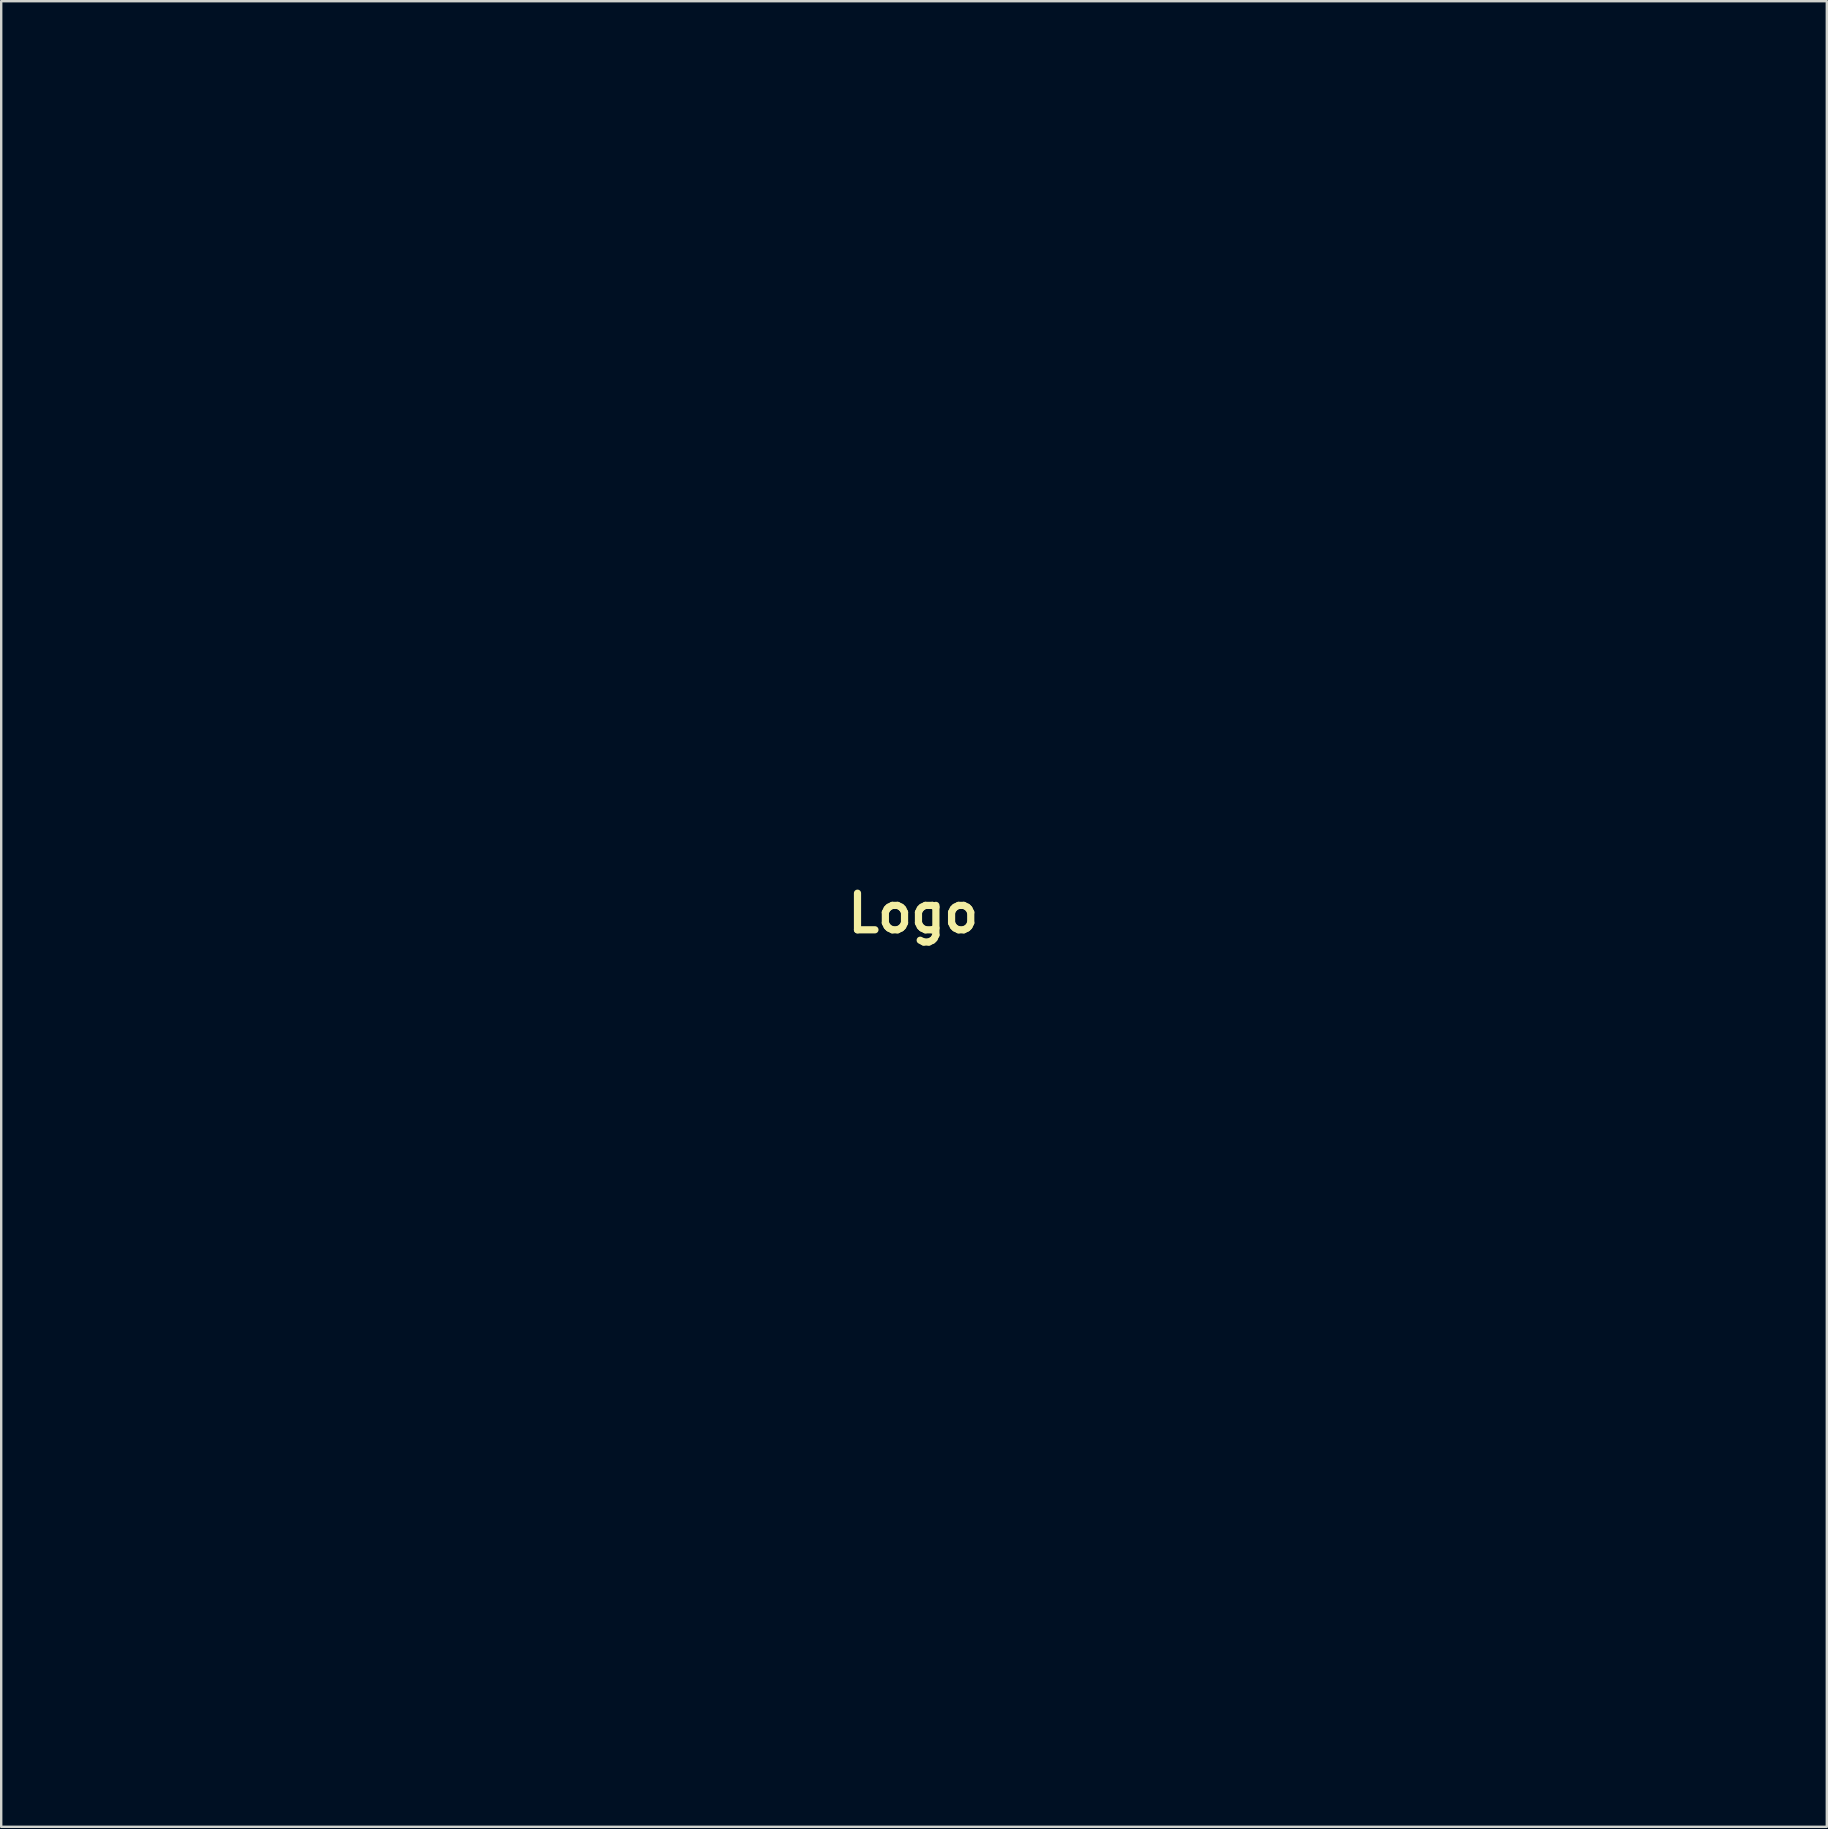
<source format=kicad_pcb>
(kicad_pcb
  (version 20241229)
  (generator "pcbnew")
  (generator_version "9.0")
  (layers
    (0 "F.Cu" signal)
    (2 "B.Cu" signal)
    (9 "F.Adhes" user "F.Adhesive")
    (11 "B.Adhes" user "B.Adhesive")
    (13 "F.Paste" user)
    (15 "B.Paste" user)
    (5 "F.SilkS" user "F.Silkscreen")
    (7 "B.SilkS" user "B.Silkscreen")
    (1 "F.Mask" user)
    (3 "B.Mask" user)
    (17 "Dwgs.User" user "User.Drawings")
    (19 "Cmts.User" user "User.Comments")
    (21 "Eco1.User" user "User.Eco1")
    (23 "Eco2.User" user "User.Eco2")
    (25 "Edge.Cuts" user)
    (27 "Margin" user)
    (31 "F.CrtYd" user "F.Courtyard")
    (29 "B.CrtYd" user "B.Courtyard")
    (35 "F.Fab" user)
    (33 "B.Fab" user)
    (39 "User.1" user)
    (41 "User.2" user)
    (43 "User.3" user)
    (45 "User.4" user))
  (footprint "Logo"
    (layer "F.Cu")
    (at 34.993 34.993)
    (property "Reference" "Logo" (at 0 0 0) (layer "F.SilkS") (effects (font (size 1.524 1.524) (thickness 0.3))))
    (attr through_hole)
    (fp_poly (pts (xy -10.668 20.574) (xy -11.493 20.574) (xy -11.493 19.177) (xy -10.668 19.177) (xy -10.668 20.574)) (stroke (width 0.01) (type solid)) (fill no) (layer "Eco2.User"))
    (fp_poly (pts (xy -5.842 20.574) (xy -6.604 20.574) (xy -6.604 19.177) (xy -5.842 19.177) (xy -5.842 20.574)) (stroke (width 0.01) (type solid)) (fill no) (layer "Eco2.User"))
    (fp_poly (pts (xy -0.826 25.146) (xy -1.587 25.146) (xy -1.587 19.177) (xy -0.826 19.177) (xy -0.826 25.146)) (stroke (width 0.01) (type solid)) (fill no) (layer "Eco2.User"))
    (fp_poly (pts (xy 0.127 26.099) (xy -2.54 26.099) (xy -2.54 18.479) (xy -2.349 18.479) (xy -2.349 25.908) (xy -0.064 25.908) (xy -0.064 18.479) (xy -2.349 18.479) (xy -2.54 18.479) (xy -2.54 18.288) (xy 0.127 18.288) (xy 0.127 26.099)) (stroke (width 0.01) (type solid)) (fill no) (layer "Eco2.User"))
    (fp_poly (pts (xy 19.366 32.309) (xy 19.518 32.346) (xy 19.604 32.395) (xy 19.597 32.453) (xy 19.574 32.47) (xy 19.45 32.508) (xy 19.25 32.533) (xy 19.027 32.541) (xy 18.86 32.531) (xy 18.662 32.491) (xy 18.586 32.439) (xy 18.634 32.38) (xy 18.784 32.325) (xy 18.973 32.294) (xy 19.176 32.29) (xy 19.366 32.309)) (stroke (width 0.01) (type solid)) (fill no) (layer "Eco2.User"))
    (fp_poly (pts (xy 12.502 32.292) (xy 12.69 32.328) (xy 12.8 32.392) (xy 12.802 32.396) (xy 12.822 32.469) (xy 12.817 32.477) (xy 12.73 32.504) (xy 12.564 32.526) (xy 12.364 32.538) (xy 12.179 32.538) (xy 12.097 32.531) (xy 11.914 32.487) (xy 11.855 32.432) (xy 11.922 32.371) (xy 12.058 32.323) (xy 12.277 32.289) (xy 12.502 32.292)) (stroke (width 0.01) (type solid)) (fill no) (layer "Eco2.User"))
    (fp_poly (pts (xy -7.634 32.718) (xy -7.504 32.741) (xy -7.478 32.756) (xy -7.501 32.798) (xy -7.636 32.846) (xy -7.826 32.886) (xy -8.039 32.921) (xy -8.195 32.944) (xy -8.26 32.949) (xy -8.337 32.929) (xy -8.401 32.912) (xy -8.485 32.855) (xy -8.492 32.808) (xy -8.42 32.769) (xy -8.261 32.739) (xy -8.051 32.719) (xy -7.829 32.711) (xy -7.634 32.718)) (stroke (width 0.01) (type solid)) (fill no) (layer "Eco2.User"))
    (fp_poly (pts (xy -2.599 32.359) (xy -2.413 32.429) (xy -2.303 32.532) (xy -2.286 32.601) (xy -2.344 32.731) (xy -2.498 32.834) (xy -2.717 32.902) (xy -2.971 32.925) (xy -3.23 32.894) (xy -3.452 32.809) (xy -3.574 32.691) (xy -3.582 32.553) (xy -3.581 32.55) (xy -3.48 32.436) (xy -3.301 32.361) (xy -3.073 32.324) (xy -2.829 32.324) (xy -2.599 32.359)) (stroke (width 0.01) (type solid)) (fill no) (layer "Eco2.User"))
    (fp_poly (pts (xy -11.823 32.358) (xy -11.719 32.395) (xy -11.595 32.503) (xy -11.557 32.645) (xy -11.61 32.775) (xy -11.668 32.82) (xy -11.875 32.886) (xy -12.142 32.918) (xy -12.407 32.911) (xy -12.506 32.893) (xy -12.703 32.812) (xy -12.828 32.695) (xy -12.857 32.566) (xy -12.851 32.546) (xy -12.751 32.445) (xy -12.562 32.37) (xy -12.32 32.328) (xy -12.062 32.322) (xy -11.823 32.358)) (stroke (width 0.01) (type solid)) (fill no) (layer "Eco2.User"))
    (fp_poly (pts (xy 0.933 5.282) (xy 0.862 5.439) (xy 0.851 5.461) (xy 0.532 6.231) (xy 0.299 7.052) (xy 0.162 7.885) (xy 0.127 8.532) (xy 0.183 9.411) (xy 0.351 10.283) (xy 0.633 11.153) (xy 1.032 12.024) (xy 1.55 12.902) (xy 2.188 13.789) (xy 2.948 14.69) (xy 3.325 15.095) (xy 3.531 15.314) (xy 3.694 15.496) (xy 3.801 15.623) (xy 3.836 15.679) (xy 3.833 15.68) (xy 3.754 15.654) (xy 3.588 15.589) (xy 3.366 15.497) (xy 3.27 15.455) (xy 3.046 15.354) (xy 2.737 15.21) (xy 2.374 15.038) (xy 1.987 14.85) (xy 1.661 14.69) (xy 0.559 14.145) (xy 0.273 13.704) (xy 0.025 13.287) (xy -0.221 12.814) (xy -0.448 12.325) (xy -0.636 11.858) (xy -0.765 11.462) (xy -0.851 11.051) (xy -0.91 10.568) (xy -0.941 10.057) (xy -0.941 9.565) (xy -0.908 9.136) (xy -0.893 9.039) (xy -0.673 8.128) (xy -0.327 7.233) (xy 0.145 6.353) (xy 0.376 5.994) (xy 0.615 5.645) (xy 0.789 5.401) (xy 0.899 5.26) (xy 0.946 5.221) (xy 0.933 5.282)) (stroke (width 0.01) (type solid)) (fill no) (layer "Eco2.User"))
    (fp_poly (pts (xy 2.749 -6.348) (xy 2.677 -6.295) (xy 2.525 -6.191) (xy 2.32 -6.052) (xy 2.199 -5.97) (xy 1.886 -5.757) (xy 1.518 -5.5) (xy 1.114 -5.211) (xy 0.692 -4.906) (xy 0.272 -4.597) (xy -0.127 -4.3) (xy -0.488 -4.027) (xy -0.789 -3.793) (xy -1.014 -3.612) (xy -1.082 -3.554) (xy -1.498 -3.189) (xy -4.257 -2.552) (xy -4.879 -2.409) (xy -5.505 -2.266) (xy -6.113 -2.127) (xy -6.686 -1.998) (xy -7.202 -1.882) (xy -7.642 -1.784) (xy -7.986 -1.708) (xy -8.096 -1.684) (xy -8.456 -1.607) (xy -8.777 -1.537) (xy -9.036 -1.479) (xy -9.212 -1.44) (xy -9.276 -1.424) (xy -9.378 -1.437) (xy -9.557 -1.499) (xy -9.777 -1.595) (xy -9.821 -1.617) (xy -10.266 -1.878) (xy -10.591 -2.16) (xy -10.802 -2.471) (xy -10.907 -2.819) (xy -10.922 -3.03) (xy -10.9 -3.368) (xy -10.84 -3.619) (xy -10.747 -3.77) (xy -10.649 -3.81) (xy -10.495 -3.817) (xy -10.239 -3.837) (xy -9.907 -3.866) (xy -9.525 -3.903) (xy -9.117 -3.944) (xy -8.708 -3.988) (xy -8.323 -4.031) (xy -7.988 -4.072) (xy -7.811 -4.095) (xy -6.72 -4.26) (xy -5.53 -4.467) (xy -4.258 -4.712) (xy -2.923 -4.991) (xy -1.543 -5.3) (xy -0.136 -5.636) (xy 1.279 -5.994) (xy 1.51 -6.054) (xy 1.889 -6.152) (xy 2.219 -6.235) (xy 2.484 -6.299) (xy 2.665 -6.339) (xy 2.747 -6.351) (xy 2.749 -6.348)) (stroke (width 0.01) (type solid)) (fill no) (layer "Eco2.User"))
    (fp_poly (pts (xy 8.203 -10.845) (xy 8.384 -10.797) (xy 8.466 -10.707) (xy 8.462 -10.565) (xy 8.435 -10.481) (xy 8.363 -10.34) (xy 8.243 -10.182) (xy 8.066 -10.001) (xy 7.825 -9.791) (xy 7.514 -9.547) (xy 7.125 -9.262) (xy 6.65 -8.931) (xy 6.081 -8.548) (xy 5.413 -8.107) (xy 5.268 -8.013) (xy 3.901 -7.121) (xy 1.934 -6.609) (xy 0.515 -6.244) (xy -0.799 -5.919) (xy -2.021 -5.629) (xy -3.165 -5.372) (xy -4.247 -5.145) (xy -5.279 -4.943) (xy -5.874 -4.835) (xy -6.488 -4.73) (xy -7.103 -4.631) (xy -7.705 -4.541) (xy -8.281 -4.461) (xy -8.82 -4.392) (xy -9.307 -4.335) (xy -9.732 -4.293) (xy -10.08 -4.267) (xy -10.339 -4.257) (xy -10.496 -4.267) (xy -10.541 -4.291) (xy -10.506 -4.367) (xy -10.413 -4.522) (xy -10.277 -4.731) (xy -10.115 -4.97) (xy -9.943 -5.215) (xy -9.778 -5.441) (xy -9.69 -5.556) (xy -9.401 -5.905) (xy -9.041 -6.311) (xy -8.633 -6.747) (xy -8.202 -7.189) (xy -7.772 -7.61) (xy -7.506 -7.86) (xy -6.825 -8.484) (xy -5.905 -8.596) (xy -5.429 -8.658) (xy -4.916 -8.731) (xy -4.355 -8.818) (xy -3.735 -8.92) (xy -3.045 -9.04) (xy -2.275 -9.18) (xy -1.414 -9.34) (xy -0.451 -9.524) (xy 0.626 -9.732) (xy 0.667 -9.74) (xy 1.753 -9.951) (xy 2.724 -10.135) (xy 3.588 -10.295) (xy 4.355 -10.432) (xy 5.033 -10.547) (xy 5.632 -10.642) (xy 6.159 -10.717) (xy 6.624 -10.775) (xy 7.036 -10.817) (xy 7.403 -10.844) (xy 7.734 -10.857) (xy 7.909 -10.858) (xy 8.203 -10.845)) (stroke (width 0.01) (type solid)) (fill no) (layer "Eco2.User"))
    (fp_poly (pts (xy 9.065 -10.776) (xy 9.128 -10.765) (xy 9.594 -10.644) (xy 10.108 -10.457) (xy 10.626 -10.222) (xy 11.101 -9.959) (xy 11.418 -9.746) (xy 11.89 -9.326) (xy 12.241 -8.865) (xy 12.472 -8.367) (xy 12.583 -7.832) (xy 12.572 -7.263) (xy 12.44 -6.663) (xy 12.186 -6.033) (xy 12.041 -5.756) (xy 11.693 -5.192) (xy 11.275 -4.624) (xy 10.779 -4.044) (xy 10.2 -3.446) (xy 9.531 -2.823) (xy 8.765 -2.17) (xy 7.894 -1.478) (xy 6.997 -0.804) (xy 6.288 -0.278) (xy 5.662 0.196) (xy 5.1 0.636) (xy 4.579 1.061) (xy 4.078 1.488) (xy 3.575 1.937) (xy 3.049 2.425) (xy 2.478 2.97) (xy 2.042 3.395) (xy 1.274 4.182) (xy 0.617 4.935) (xy 0.066 5.664) (xy -0.388 6.382) (xy -0.751 7.1) (xy -1.03 7.829) (xy -1.232 8.581) (xy -1.304 8.954) (xy -1.385 9.812) (xy -1.341 10.682) (xy -1.172 11.558) (xy -0.881 12.435) (xy -0.642 12.97) (xy -0.52 13.22) (xy -0.423 13.422) (xy -0.363 13.552) (xy -0.349 13.589) (xy -0.402 13.555) (xy -0.54 13.463) (xy -0.742 13.325) (xy -0.988 13.157) (xy -1.022 13.134) (xy -1.999 12.406) (xy -2.868 11.641) (xy -3.626 10.845) (xy -4.269 10.021) (xy -4.795 9.173) (xy -5.198 8.305) (xy -5.33 7.938) (xy -5.522 7.18) (xy -5.627 6.361) (xy -5.646 5.512) (xy -5.577 4.663) (xy -5.419 3.849) (xy -5.409 3.807) (xy -5.205 3.109) (xy -4.969 2.462) (xy -4.679 1.81) (xy -4.497 1.443) (xy -4.046 0.647) (xy -3.502 -0.176) (xy -2.886 -0.999) (xy -2.221 -1.794) (xy -1.526 -2.534) (xy -0.965 -3.067) (xy -0.62 -3.362) (xy -0.173 -3.716) (xy 0.368 -4.124) (xy 0.994 -4.582) (xy 1.698 -5.082) (xy 2.472 -5.621) (xy 3.309 -6.192) (xy 4.2 -6.79) (xy 5.139 -7.409) (xy 5.45 -7.612) (xy 5.889 -7.9) (xy 6.318 -8.183) (xy 6.719 -8.45) (xy 7.073 -8.687) (xy 7.362 -8.884) (xy 7.567 -9.028) (xy 7.609 -9.058) (xy 8.072 -9.416) (xy 8.425 -9.736) (xy 8.673 -10.026) (xy 8.825 -10.293) (xy 8.888 -10.548) (xy 8.89 -10.609) (xy 8.897 -10.738) (xy 8.943 -10.785) (xy 9.065 -10.776)) (stroke (width 0.01) (type solid)) (fill no) (layer "Eco2.User"))
    (fp_poly (pts (xy 7.239 -30.739) (xy 7.214 -30.628) (xy 7.146 -30.425) (xy 7.043 -30.153) (xy 6.916 -29.836) (xy 6.774 -29.498) (xy 6.627 -29.161) (xy 6.484 -28.85) (xy 6.388 -28.652) (xy 5.881 -27.707) (xy 5.328 -26.805) (xy 4.714 -25.924) (xy 4.025 -25.045) (xy 3.244 -24.147) (xy 2.639 -23.498) (xy 2.148 -22.996) (xy 1.637 -22.493) (xy 1.099 -21.982) (xy 0.524 -21.457) (xy -0.094 -20.911) (xy -0.764 -20.337) (xy -1.494 -19.728) (xy -2.292 -19.078) (xy -3.166 -18.379) (xy -4.123 -17.626) (xy -5.173 -16.81) (xy -5.81 -16.319) (xy -6.705 -15.628) (xy -7.505 -15.003) (xy -8.22 -14.438) (xy -8.856 -13.926) (xy -9.425 -13.459) (xy -9.716 -13.216) (xy -10.148 -12.841) (xy -10.618 -12.413) (xy -11.106 -11.954) (xy -11.591 -11.482) (xy -12.054 -11.017) (xy -12.475 -10.579) (xy -12.833 -10.189) (xy -13.048 -9.938) (xy -13.719 -9.058) (xy -14.266 -8.195) (xy -14.689 -7.345) (xy -14.989 -6.506) (xy -15.167 -5.675) (xy -15.223 -4.848) (xy -15.159 -4.023) (xy -14.975 -3.196) (xy -14.925 -3.035) (xy -14.848 -2.793) (xy -14.789 -2.604) (xy -14.758 -2.495) (xy -14.755 -2.479) (xy -14.807 -2.512) (xy -14.933 -2.598) (xy -15.05 -2.678) (xy -15.689 -3.189) (xy -16.218 -3.761) (xy -16.637 -4.396) (xy -16.947 -5.096) (xy -17.008 -5.283) (xy -17.151 -5.894) (xy -17.232 -6.573) (xy -17.248 -7.274) (xy -17.217 -7.766) (xy -17.131 -8.447) (xy -17.02 -9.032) (xy -16.875 -9.551) (xy -16.687 -10.033) (xy -16.447 -10.508) (xy -16.298 -10.761) (xy -15.982 -11.247) (xy -15.622 -11.731) (xy -15.203 -12.234) (xy -14.708 -12.776) (xy -14.319 -13.176) (xy -13.964 -13.53) (xy -13.603 -13.879) (xy -13.226 -14.23) (xy -12.826 -14.59) (xy -12.394 -14.966) (xy -11.924 -15.364) (xy -11.406 -15.79) (xy -10.834 -16.252) (xy -10.198 -16.755) (xy -9.49 -17.307) (xy -8.704 -17.914) (xy -7.83 -18.583) (xy -6.921 -19.274) (xy -5.588 -20.288) (xy -4.35 -21.235) (xy -3.199 -22.119) (xy -2.13 -22.947) (xy -1.133 -23.726) (xy -0.203 -24.46) (xy 0.67 -25.157) (xy 1.492 -25.823) (xy 2.272 -26.463) (xy 3.015 -27.083) (xy 3.731 -27.69) (xy 4.426 -28.289) (xy 5.108 -28.887) (xy 5.785 -29.49) (xy 6.302 -29.957) (xy 6.587 -30.212) (xy 6.836 -30.429) (xy 7.037 -30.598) (xy 7.175 -30.706) (xy 7.237 -30.742) (xy 7.239 -30.739)) (stroke (width 0.01) (type solid)) (fill no) (layer "Eco2.User"))
    (fp_poly (pts (xy 7.765 -30.857) (xy 7.843 -30.754) (xy 7.95 -30.571) (xy 8.075 -30.327) (xy 8.208 -30.041) (xy 8.341 -29.732) (xy 8.454 -29.442) (xy 8.751 -28.473) (xy 8.923 -27.512) (xy 8.97 -26.563) (xy 8.891 -25.627) (xy 8.721 -24.828) (xy 8.583 -24.403) (xy 8.389 -23.912) (xy 8.157 -23.393) (xy 7.904 -22.885) (xy 7.648 -22.427) (xy 7.524 -22.228) (xy 7.118 -21.649) (xy 6.619 -21.017) (xy 6.043 -20.348) (xy 5.403 -19.656) (xy 4.715 -18.959) (xy 3.992 -18.271) (xy 3.556 -17.877) (xy 3.364 -17.71) (xy 3.087 -17.473) (xy 2.737 -17.175) (xy 2.326 -16.828) (xy 1.867 -16.442) (xy 1.372 -16.027) (xy 0.853 -15.594) (xy 0.324 -15.153) (xy 0.159 -15.016) (xy -0.994 -14.057) (xy -2.052 -13.173) (xy -3.02 -12.359) (xy -3.904 -11.611) (xy -4.709 -10.925) (xy -5.439 -10.296) (xy -6.099 -9.72) (xy -6.694 -9.192) (xy -7.229 -8.708) (xy -7.71 -8.265) (xy -8.141 -7.856) (xy -8.526 -7.479) (xy -8.872 -7.128) (xy -9.183 -6.799) (xy -9.315 -6.654) (xy -9.938 -5.93) (xy -10.448 -5.258) (xy -10.844 -4.638) (xy -11.129 -4.066) (xy -11.302 -3.541) (xy -11.364 -3.059) (xy -11.316 -2.619) (xy -11.159 -2.218) (xy -10.893 -1.855) (xy -10.755 -1.718) (xy -10.404 -1.397) (xy -10.647 -1.405) (xy -10.84 -1.417) (xy -11.098 -1.44) (xy -11.328 -1.464) (xy -11.81 -1.534) (xy -12.331 -1.632) (xy -12.847 -1.75) (xy -13.314 -1.876) (xy -13.618 -1.976) (xy -14.129 -2.161) (xy -14.3 -2.562) (xy -14.563 -3.31) (xy -14.728 -4.08) (xy -14.792 -4.847) (xy -14.751 -5.582) (xy -14.734 -5.696) (xy -14.552 -6.47) (xy -14.254 -7.259) (xy -13.839 -8.064) (xy -13.304 -8.888) (xy -12.648 -9.734) (xy -11.87 -10.603) (xy -11.495 -10.988) (xy -11.049 -11.425) (xy -10.576 -11.869) (xy -10.067 -12.327) (xy -9.512 -12.809) (xy -8.9 -13.322) (xy -8.222 -13.875) (xy -7.468 -14.477) (xy -6.627 -15.136) (xy -5.876 -15.716) (xy -4.865 -16.497) (xy -3.948 -17.209) (xy -3.118 -17.859) (xy -2.365 -18.455) (xy -1.682 -19.003) (xy -1.061 -19.51) (xy -0.494 -19.982) (xy 0.028 -20.427) (xy 0.513 -20.851) (xy 0.969 -21.26) (xy 1.403 -21.662) (xy 1.825 -22.064) (xy 2.086 -22.317) (xy 3.161 -23.415) (xy 4.12 -24.486) (xy 4.965 -25.536) (xy 5.703 -26.573) (xy 6.339 -27.603) (xy 6.876 -28.633) (xy 7.245 -29.476) (xy 7.364 -29.781) (xy 7.474 -30.079) (xy 7.561 -30.329) (xy 7.599 -30.448) (xy 7.658 -30.649) (xy 7.707 -30.809) (xy 7.724 -30.861) (xy 7.765 -30.857)) (stroke (width 0.01) (type solid)) (fill no) (layer "Eco2.User"))
    (fp_poly (pts (xy 35.052 35.052) (xy -34.989 35.052) (xy -34.989 31.75) (xy -19.939 31.75) (xy -19.918 31.833) (xy -19.832 31.87) (xy -19.685 31.877) (xy -19.431 31.877) (xy -19.431 32.893) (xy -19.685 32.893) (xy -19.851 32.904) (xy -19.925 32.947) (xy -19.939 33.02) (xy -19.93 33.079) (xy -19.887 33.116) (xy -19.786 33.137) (xy -19.605 33.145) (xy -19.336 33.147) (xy -19.055 33.145) (xy -18.878 33.136) (xy -18.781 33.115) (xy -18.741 33.077) (xy -18.733 33.02) (xy -18.757 32.932) (xy -18.854 32.897) (xy -18.955 32.893) (xy -19.177 32.893) (xy -19.177 32.194) (xy -18.479 32.194) (xy -18.454 32.282) (xy -18.357 32.317) (xy -18.256 32.322) (xy -18.12 32.328) (xy -18.055 32.369) (xy -18.035 32.48) (xy -18.034 32.607) (xy -18.039 32.783) (xy -18.071 32.866) (xy -18.157 32.891) (xy -18.256 32.893) (xy -18.409 32.907) (xy -18.471 32.963) (xy -18.479 33.02) (xy -18.468 33.082) (xy -18.422 33.119) (xy -18.314 33.139) (xy -18.119 33.146) (xy -17.939 33.147) (xy -17.676 33.145) (xy -17.516 33.134) (xy -17.433 33.108) (xy -17.402 33.062) (xy -17.399 33.02) (xy -17.429 32.927) (xy -17.54 32.894) (xy -17.59 32.893) (xy -17.73 32.865) (xy -17.774 32.791) (xy -17.736 32.689) (xy -17.631 32.575) (xy -17.473 32.466) (xy -17.277 32.381) (xy -17.12 32.342) (xy -16.886 32.352) (xy -16.721 32.459) (xy -16.641 32.647) (xy -16.637 32.712) (xy -16.654 32.841) (xy -16.731 32.888) (xy -16.828 32.893) (xy -16.967 32.913) (xy -17.016 32.987) (xy -17.018 33.02) (xy -17.008 33.082) (xy -16.961 33.119) (xy -16.853 33.139) (xy -16.659 33.146) (xy -16.478 33.147) (xy -16.216 33.145) (xy -16.056 33.134) (xy -15.973 33.108) (xy -15.942 33.062) (xy -15.938 33.02) (xy -15.969 32.927) (xy -16.08 32.894) (xy -16.128 32.893) (xy -16.25 32.881) (xy -16.314 32.821) (xy -16.352 32.678) (xy -16.361 32.626) (xy -16.456 32.346) (xy -16.596 32.194) (xy -15.812 32.194) (xy -15.787 32.282) (xy -15.69 32.317) (xy -15.589 32.322) (xy -15.453 32.328) (xy -15.388 32.369) (xy -15.368 32.48) (xy -15.367 32.607) (xy -15.372 32.783) (xy -15.404 32.866) (xy -15.49 32.891) (xy -15.589 32.893) (xy -15.742 32.907) (xy -15.804 32.963) (xy -15.812 33.02) (xy -15.801 33.082) (xy -15.755 33.119) (xy -15.647 33.139) (xy -15.452 33.146) (xy -15.272 33.147) (xy -15.009 33.145) (xy -14.849 33.134) (xy -14.766 33.108) (xy -14.735 33.062) (xy -14.732 33.02) (xy -14.762 32.927) (xy -14.873 32.894) (xy -14.922 32.893) (xy -15.07 32.865) (xy -15.107 32.786) (xy -15.032 32.664) (xy -14.897 32.544) (xy -14.643 32.397) (xy -14.403 32.338) (xy -14.196 32.364) (xy -14.046 32.47) (xy -13.974 32.653) (xy -13.97 32.712) (xy -13.989 32.844) (xy -14.07 32.89) (xy -14.129 32.893) (xy -14.253 32.923) (xy -14.287 33.02) (xy -14.277 33.083) (xy -14.228 33.121) (xy -14.115 33.14) (xy -13.913 33.147) (xy -13.78 33.147) (xy -13.526 33.144) (xy -13.375 33.132) (xy -13.299 33.104) (xy -13.273 33.053) (xy -13.271 33.02) (xy -13.303 32.926) (xy -13.417 32.894) (xy -13.456 32.893) (xy -13.576 32.88) (xy -13.64 32.817) (xy -13.679 32.669) (xy -13.686 32.629) (xy -13.707 32.57) (xy -13.133 32.57) (xy -13.104 32.799) (xy -12.965 32.969) (xy -12.715 33.082) (xy -12.353 33.138) (xy -12.154 33.145) (xy -11.885 33.137) (xy -11.698 33.106) (xy -11.547 33.04) (xy -11.487 33.002) (xy -11.309 32.825) (xy -11.244 32.625) (xy -11.286 32.428) (xy -11.429 32.257) (xy -11.552 32.194) (xy -11.113 32.194) (xy -11.072 32.297) (xy -10.965 32.322) (xy -10.851 32.361) (xy -10.703 32.486) (xy -10.507 32.709) (xy -10.487 32.734) (xy -10.322 32.925) (xy -10.173 33.068) (xy -10.067 33.14) (xy -10.047 33.145) (xy -9.959 33.096) (xy -9.823 32.969) (xy -9.665 32.787) (xy -9.621 32.732) (xy -9.446 32.517) (xy -9.316 32.39) (xy -9.208 32.332) (xy -9.129 32.322) (xy -8.996 32.298) (xy -8.963 32.229) (xy -8.826 32.229) (xy -8.793 32.352) (xy -8.682 32.397) (xy -8.49 32.374) (xy -8.132 32.317) (xy -7.823 32.316) (xy -7.587 32.367) (xy -7.478 32.435) (xy -7.412 32.506) (xy -7.411 32.537) (xy -7.496 32.533) (xy -7.685 32.5) (xy -7.693 32.498) (xy -8.049 32.462) (xy -8.36 32.484) (xy -8.605 32.559) (xy -8.767 32.682) (xy -8.826 32.846) (xy -8.826 32.848) (xy -8.779 32.988) (xy -8.715 33.059) (xy -8.572 33.112) (xy -8.345 33.139) (xy -8.076 33.139) (xy -7.807 33.112) (xy -7.578 33.059) (xy -7.57 33.056) (xy -7.404 33.005) (xy -7.32 33.003) (xy -7.28 33.051) (xy -7.278 33.056) (xy -7.19 33.123) (xy -7.019 33.147) (xy -6.864 33.133) (xy -6.801 33.077) (xy -6.795 33.024) (xy -6.848 32.914) (xy -6.937 32.882) (xy -7.038 32.837) (xy -7.097 32.718) (xy -7.119 32.611) (xy -7.206 32.35) (xy -7.357 32.194) (xy -6.795 32.194) (xy -6.757 32.294) (xy -6.636 32.322) (xy -6.521 32.343) (xy -6.48 32.432) (xy -6.477 32.508) (xy -6.451 32.723) (xy -6.385 32.928) (xy -6.296 33.072) (xy -6.267 33.097) (xy -6.127 33.137) (xy -5.921 33.145) (xy -5.703 33.125) (xy -5.531 33.08) (xy -5.489 33.057) (xy -5.409 32.966) (xy -5.451 32.903) (xy -5.615 32.868) (xy -5.8 32.861) (xy -6.128 32.861) (xy -6.147 32.591) (xy -6.167 32.322) (xy -5.846 32.322) (xy -5.654 32.315) (xy -5.558 32.287) (xy -5.526 32.226) (xy -5.524 32.194) (xy -5.207 32.194) (xy -5.182 32.282) (xy -5.085 32.317) (xy -4.985 32.322) (xy -4.848 32.328) (xy -4.784 32.369) (xy -4.764 32.48) (xy -4.763 32.607) (xy -4.767 32.783) (xy -4.799 32.866) (xy -4.886 32.891) (xy -4.985 32.893) (xy -5.138 32.907) (xy -5.2 32.963) (xy -5.207 33.02) (xy -5.197 33.08) (xy -5.153 33.118) (xy -5.049 33.138) (xy -4.861 33.146) (xy -4.636 33.147) (xy -4.364 33.145) (xy -4.195 33.135) (xy -4.105 33.112) (xy -4.07 33.07) (xy -4.064 33.02) (xy -4.089 32.932) (xy -4.186 32.897) (xy -4.286 32.893) (xy -4.508 32.893) (xy -4.508 32.612) (xy -3.842 32.612) (xy -3.823 32.788) (xy -3.747 32.909) (xy -3.626 33.002) (xy -3.471 33.086) (xy -3.294 33.131) (xy -3.049 33.146) (xy -2.973 33.147) (xy -2.712 33.133) (xy -2.468 33.098) (xy -2.316 33.055) (xy -2.149 32.952) (xy -2.032 32.821) (xy -2.024 32.806) (xy -1.977 32.582) (xy -2.043 32.389) (xy -2.21 32.235) (xy -2.308 32.194) (xy -1.714 32.194) (xy -1.69 32.282) (xy -1.593 32.317) (xy -1.492 32.322) (xy -1.356 32.328) (xy -1.291 32.369) (xy -1.271 32.48) (xy -1.27 32.607) (xy -1.275 32.783) (xy -1.307 32.866) (xy -1.393 32.891) (xy -1.492 32.893) (xy -1.645 32.907) (xy -1.707 32.963) (xy -1.714 33.02) (xy -1.704 33.082) (xy -1.658 33.119) (xy -1.55 33.139) (xy -1.355 33.146) (xy -1.175 33.147) (xy -0.912 33.145) (xy -0.752 33.134) (xy -0.669 33.108) (xy -0.638 33.062) (xy -0.635 33.02) (xy -0.665 32.927) (xy -0.776 32.894) (xy -0.826 32.893) (xy -0.966 32.865) (xy -1.01 32.791) (xy -0.972 32.689) (xy -0.867 32.575) (xy -0.709 32.466) (xy -0.513 32.381) (xy -0.356 32.342) (xy -0.122 32.352) (xy 0.043 32.459) (xy 0.123 32.647) (xy 0.127 32.712) (xy 0.11 32.841) (xy 0.033 32.888) (xy -0.064 32.893) (xy -0.203 32.913) (xy -0.252 32.987) (xy -0.254 33.02) (xy -0.244 33.082) (xy -0.197 33.119) (xy -0.089 33.139) (xy 0.105 33.146) (xy 0.286 33.147) (xy 0.548 33.145) (xy 0.708 33.134) (xy 0.791 33.108) (xy 0.822 33.062) (xy 0.826 33.02) (xy 0.795 32.927) (xy 0.684 32.894) (xy 0.636 32.893) (xy 0.514 32.881) (xy 0.45 32.821) (xy 0.412 32.678) (xy 0.403 32.626) (xy 0.308 32.346) (xy 0.168 32.194) (xy 1.905 32.194) (xy 1.93 32.282) (xy 2.027 32.317) (xy 2.127 32.322) (xy 2.264 32.328) (xy 2.328 32.369) (xy 2.348 32.48) (xy 2.349 32.607) (xy 2.345 32.783) (xy 2.313 32.866) (xy 2.226 32.891) (xy 2.127 32.893) (xy 1.974 32.907) (xy 1.912 32.963) (xy 1.905 33.02) (xy 1.915 33.08) (xy 1.959 33.118) (xy 2.063 33.138) (xy 2.251 33.146) (xy 2.477 33.147) (xy 2.748 33.145) (xy 2.917 33.135) (xy 3.007 33.112) (xy 3.042 33.07) (xy 3.048 33.02) (xy 3.023 32.932) (xy 2.926 32.897) (xy 2.826 32.893) (xy 2.603 32.893) (xy 2.603 32.194) (xy 3.175 32.194) (xy 3.2 32.282) (xy 3.297 32.317) (xy 3.397 32.322) (xy 3.534 32.328) (xy 3.598 32.369) (xy 3.618 32.48) (xy 3.619 32.607) (xy 3.615 32.783) (xy 3.583 32.866) (xy 3.496 32.891) (xy 3.397 32.893) (xy 3.244 32.907) (xy 3.182 32.963) (xy 3.175 33.02) (xy 3.185 33.082) (xy 3.232 33.119) (xy 3.34 33.139) (xy 3.534 33.146) (xy 3.715 33.147) (xy 3.977 33.145) (xy 4.137 33.134) (xy 4.22 33.108) (xy 4.251 33.062) (xy 4.255 33.02) (xy 4.218 32.921) (xy 4.092 32.893) (xy 4.091 32.893) (xy 3.972 32.872) (xy 3.945 32.789) (xy 3.948 32.752) (xy 4.022 32.624) (xy 4.18 32.495) (xy 4.386 32.389) (xy 4.598 32.329) (xy 4.675 32.323) (xy 4.863 32.356) (xy 4.983 32.471) (xy 5.055 32.69) (xy 5.056 32.693) (xy 5.074 32.83) (xy 5.029 32.884) (xy 4.897 32.893) (xy 4.754 32.911) (xy 4.702 32.98) (xy 4.699 33.02) (xy 4.709 33.082) (xy 4.756 33.119) (xy 4.864 33.139) (xy 5.058 33.146) (xy 5.239 33.147) (xy 5.501 33.145) (xy 5.661 33.134) (xy 5.744 33.108) (xy 5.775 33.062) (xy 5.779 33.02) (xy 5.754 32.932) (xy 5.732 32.925) (xy 6.858 32.925) (xy 6.872 33.078) (xy 6.928 33.14) (xy 6.985 33.147) (xy 7.088 33.121) (xy 7.112 33.085) (xy 7.163 33.055) (xy 7.275 33.085) (xy 7.422 33.117) (xy 7.645 33.139) (xy 7.878 33.147) (xy 8.133 33.139) (xy 8.297 33.111) (xy 8.407 33.054) (xy 8.445 33.02) (xy 8.552 32.887) (xy 8.554 32.78) (xy 8.473 32.675) (xy 8.396 32.613) (xy 8.293 32.567) (xy 8.138 32.532) (xy 7.903 32.502) (xy 7.668 32.479) (xy 7.408 32.444) (xy 7.249 32.4) (xy 7.2 32.352) (xy 7.268 32.304) (xy 7.332 32.285) (xy 7.539 32.267) (xy 7.787 32.29) (xy 8.019 32.346) (xy 8.167 32.417) (xy 8.337 32.509) (xy 8.451 32.489) (xy 8.505 32.358) (xy 8.509 32.29) (xy 8.5 32.194) (xy 8.826 32.194) (xy 8.851 32.282) (xy 8.948 32.317) (xy 9.049 32.322) (xy 9.185 32.328) (xy 9.25 32.369) (xy 9.27 32.48) (xy 9.271 32.607) (xy 9.266 32.783) (xy 9.234 32.866) (xy 9.148 32.891) (xy 9.049 32.893) (xy 8.896 32.907) (xy 8.834 32.963) (xy 8.826 33.02) (xy 8.836 33.08) (xy 8.881 33.118) (xy 8.985 33.138) (xy 9.173 33.146) (xy 9.398 33.147) (xy 9.67 33.145) (xy 9.838 33.135) (xy 9.928 33.112) (xy 9.964 33.07) (xy 9.97 33.02) (xy 9.945 32.932) (xy 9.848 32.897) (xy 9.747 32.893) (xy 9.525 32.893) (xy 9.525 32.068) (xy 9.176 32.068) (xy 8.974 32.073) (xy 8.869 32.097) (xy 8.83 32.15) (xy 8.826 32.194) (xy 8.5 32.194) (xy 8.494 32.136) (xy 8.438 32.074) (xy 8.387 32.068) (xy 8.276 32.097) (xy 8.244 32.133) (xy 8.172 32.164) (xy 8.013 32.126) (xy 7.798 32.081) (xy 7.544 32.072) (xy 7.292 32.094) (xy 7.081 32.145) (xy 6.951 32.219) (xy 6.945 32.227) (xy 6.871 32.348) (xy 6.878 32.441) (xy 6.941 32.538) (xy 7.027 32.603) (xy 7.191 32.656) (xy 7.455 32.704) (xy 7.61 32.724) (xy 7.907 32.77) (xy 8.099 32.818) (xy 8.181 32.864) (xy 8.149 32.903) (xy 7.998 32.934) (xy 7.876 32.944) (xy 7.488 32.91) (xy 7.263 32.833) (xy 7.052 32.744) (xy 6.931 32.715) (xy 6.875 32.752) (xy 6.859 32.86) (xy 6.858 32.925) (xy 5.732 32.925) (xy 5.657 32.897) (xy 5.556 32.893) (xy 5.407 32.882) (xy 5.346 32.828) (xy 5.334 32.699) (xy 5.303 32.498) (xy 5.239 32.321) (xy 5.092 32.165) (xy 4.872 32.083) (xy 4.609 32.076) (xy 4.334 32.146) (xy 4.122 32.262) (xy 3.937 32.394) (xy 3.937 32.231) (xy 3.929 32.14) (xy 3.887 32.091) (xy 3.78 32.071) (xy 3.578 32.068) (xy 3.556 32.068) (xy 3.343 32.072) (xy 3.228 32.092) (xy 3.182 32.138) (xy 3.175 32.194) (xy 2.603 32.194) (xy 2.603 32.068) (xy 2.254 32.068) (xy 2.052 32.073) (xy 1.947 32.097) (xy 1.909 32.15) (xy 1.905 32.194) (xy 0.168 32.194) (xy 0.135 32.159) (xy -0.1 32.069) (xy -0.382 32.083) (xy -0.697 32.204) (xy -0.741 32.229) (xy -1.016 32.39) (xy -1.016 32.229) (xy -1.025 32.137) (xy -1.072 32.088) (xy -1.188 32.07) (xy -1.365 32.068) (xy -1.567 32.073) (xy -1.672 32.097) (xy -1.711 32.15) (xy -1.714 32.194) (xy -2.308 32.194) (xy -2.467 32.129) (xy -2.802 32.078) (xy -3.054 32.079) (xy -3.405 32.123) (xy -3.646 32.215) (xy -3.788 32.362) (xy -3.841 32.571) (xy -3.842 32.612) (xy -4.508 32.612) (xy -4.508 32.068) (xy -4.858 32.068) (xy -5.06 32.073) (xy -5.165 32.097) (xy -5.203 32.15) (xy -5.207 32.194) (xy -5.524 32.194) (xy -5.541 32.118) (xy -5.612 32.08) (xy -5.769 32.068) (xy -5.842 32.068) (xy -6.032 32.061) (xy -6.127 32.032) (xy -6.158 31.97) (xy -6.16 31.941) (xy -6.197 31.841) (xy -6.318 31.814) (xy -6.443 31.843) (xy -6.477 31.941) (xy -6.514 32.04) (xy -6.636 32.068) (xy -6.76 32.097) (xy -6.795 32.194) (xy -7.357 32.194) (xy -7.373 32.178) (xy -7.631 32.087) (xy -7.881 32.068) (xy -8.088 32.077) (xy -8.319 32.103) (xy -8.541 32.138) (xy -8.718 32.178) (xy -8.817 32.215) (xy -8.826 32.229) (xy -8.963 32.229) (xy -8.954 32.211) (xy -8.954 32.194) (xy -8.965 32.128) (xy -9.02 32.09) (xy -9.143 32.072) (xy -9.363 32.068) (xy -9.398 32.068) (xy -9.632 32.071) (xy -9.766 32.087) (xy -9.827 32.123) (xy -9.842 32.185) (xy -9.842 32.19) (xy -9.799 32.301) (xy -9.744 32.333) (xy -9.696 32.364) (xy -9.718 32.44) (xy -9.81 32.575) (xy -9.923 32.712) (xy -10.012 32.79) (xy -10.033 32.798) (xy -10.103 32.751) (xy -10.211 32.633) (xy -10.256 32.575) (xy -10.351 32.434) (xy -10.369 32.361) (xy -10.322 32.333) (xy -10.24 32.261) (xy -10.223 32.19) (xy -10.237 32.125) (xy -10.294 32.088) (xy -10.423 32.072) (xy -10.651 32.068) (xy -10.668 32.068) (xy -10.902 32.071) (xy -11.035 32.086) (xy -11.097 32.122) (xy -11.112 32.184) (xy -11.113 32.194) (xy -11.552 32.194) (xy -11.667 32.136) (xy -11.7 32.126) (xy -11.915 32.092) (xy -12.185 32.079) (xy -12.374 32.085) (xy -12.724 32.144) (xy -12.963 32.256) (xy -13.098 32.428) (xy -13.133 32.57) (xy -13.707 32.57) (xy -13.784 32.348) (xy -13.96 32.16) (xy -14.197 32.07) (xy -14.481 32.084) (xy -14.796 32.206) (xy -14.838 32.229) (xy -15.113 32.39) (xy -15.113 32.229) (xy -15.122 32.137) (xy -15.169 32.088) (xy -15.285 32.07) (xy -15.462 32.068) (xy -15.664 32.073) (xy -15.769 32.097) (xy -15.808 32.15) (xy -15.812 32.194) (xy -16.596 32.194) (xy -16.629 32.159) (xy -16.864 32.069) (xy -17.146 32.083) (xy -17.461 32.204) (xy -17.505 32.229) (xy -17.78 32.39) (xy -17.78 32.229) (xy -17.789 32.137) (xy -17.836 32.088) (xy -17.952 32.07) (xy -18.129 32.068) (xy -18.331 32.073) (xy -18.436 32.097) (xy -18.475 32.15) (xy -18.479 32.194) (xy -19.177 32.194) (xy -19.177 31.877) (xy -18.955 31.877) (xy -18.802 31.863) (xy -18.74 31.807) (xy -18.733 31.75) (xy -18.737 31.724) (xy -4.869 31.724) (xy -4.832 31.82) (xy -4.792 31.855) (xy -4.695 31.923) (xy -4.634 31.933) (xy -4.545 31.902) (xy -4.461 31.814) (xy -4.446 31.749) (xy 2.237 31.749) (xy 2.253 31.847) (xy 2.293 31.882) (xy 2.451 31.936) (xy 2.583 31.869) (xy 2.601 31.848) (xy 2.647 31.731) (xy 2.641 31.724) (xy 9.164 31.724) (xy 9.201 31.82) (xy 9.242 31.855) (xy 9.339 31.923) (xy 9.399 31.933) (xy 9.488 31.902) (xy 9.573 31.814) (xy 9.587 31.75) (xy 10.097 31.75) (xy 10.121 31.838) (xy 10.218 31.873) (xy 10.319 31.877) (xy 10.541 31.877) (xy 10.541 32.893) (xy 10.319 32.893) (xy 10.166 32.907) (xy 10.104 32.963) (xy 10.097 33.02) (xy 10.106 33.08) (xy 10.151 33.118) (xy 10.255 33.138) (xy 10.443 33.146) (xy 10.668 33.147) (xy 10.94 33.145) (xy 11.108 33.135) (xy 11.198 33.112) (xy 11.234 33.07) (xy 11.239 33.02) (xy 11.215 32.932) (xy 11.118 32.897) (xy 11.017 32.893) (xy 10.795 32.893) (xy 10.795 32.737) (xy 11.412 32.737) (xy 11.51 32.925) (xy 11.665 33.046) (xy 11.858 33.106) (xy 12.128 33.138) (xy 12.432 33.141) (xy 12.723 33.115) (xy 12.955 33.06) (xy 12.976 33.052) (xy 13.13 32.967) (xy 13.172 32.883) (xy 13.165 32.856) (xy 13.086 32.786) (xy 12.993 32.797) (xy 12.564 32.902) (xy 12.213 32.927) (xy 11.919 32.872) (xy 11.795 32.819) (xy 11.692 32.742) (xy 11.701 32.693) (xy 11.808 32.689) (xy 11.89 32.707) (xy 12.125 32.749) (xy 12.406 32.764) (xy 12.68 32.752) (xy 12.892 32.713) (xy 12.913 32.706) (xy 13.07 32.595) (xy 13.122 32.441) (xy 13.058 32.275) (xy 13.024 32.236) (xy 12.95 32.194) (xy 13.462 32.194) (xy 13.487 32.282) (xy 13.584 32.317) (xy 13.684 32.322) (xy 13.821 32.328) (xy 13.885 32.369) (xy 13.905 32.48) (xy 13.906 32.607) (xy 13.902 32.783) (xy 13.87 32.866) (xy 13.783 32.891) (xy 13.684 32.893) (xy 13.531 32.907) (xy 13.469 32.963) (xy 13.462 33.02) (xy 13.472 33.082) (xy 13.519 33.119) (xy 13.627 33.139) (xy 13.821 33.146) (xy 14.002 33.147) (xy 14.264 33.145) (xy 14.424 33.134) (xy 14.507 33.108) (xy 14.538 33.062) (xy 14.541 33.02) (xy 14.512 32.927) (xy 14.4 32.894) (xy 14.351 32.893) (xy 14.2 32.862) (xy 14.153 32.781) (xy 14.207 32.665) (xy 14.359 32.531) (xy 14.436 32.483) (xy 14.717 32.36) (xy 14.961 32.335) (xy 15.15 32.402) (xy 15.27 32.555) (xy 15.303 32.748) (xy 15.28 32.853) (xy 15.184 32.89) (xy 15.113 32.893) (xy 14.974 32.913) (xy 14.924 32.987) (xy 14.922 33.02) (xy 14.933 33.082) (xy 14.979 33.119) (xy 15.087 33.139) (xy 15.282 33.146) (xy 15.462 33.147) (xy 15.725 33.145) (xy 15.885 33.134) (xy 15.968 33.108) (xy 15.999 33.062) (xy 16.002 33.02) (xy 15.977 32.932) (xy 15.88 32.897) (xy 15.78 32.893) (xy 15.63 32.882) (xy 15.569 32.828) (xy 15.557 32.699) (xy 15.555 32.681) (xy 16.128 32.681) (xy 16.211 32.893) (xy 16.394 33.062) (xy 16.415 33.074) (xy 16.587 33.123) (xy 16.837 33.144) (xy 17.119 33.138) (xy 17.388 33.106) (xy 17.599 33.049) (xy 17.621 33.039) (xy 17.778 32.937) (xy 17.827 32.84) (xy 17.826 32.833) (xy 17.761 32.76) (xy 17.713 32.76) (xy 17.362 32.853) (xy 17.106 32.907) (xy 16.915 32.924) (xy 16.764 32.904) (xy 16.626 32.847) (xy 16.526 32.789) (xy 16.404 32.668) (xy 16.406 32.61) (xy 18.168 32.61) (xy 18.223 32.828) (xy 18.374 33.009) (xy 18.542 33.102) (xy 18.697 33.13) (xy 18.933 33.141) (xy 19.203 33.137) (xy 19.464 33.119) (xy 19.669 33.087) (xy 19.728 33.071) (xy 19.882 32.986) (xy 19.941 32.891) (xy 19.89 32.807) (xy 19.886 32.804) (xy 19.8 32.803) (xy 19.637 32.835) (xy 19.521 32.868) (xy 19.186 32.929) (xy 18.87 32.91) (xy 18.611 32.816) (xy 18.529 32.757) (xy 18.438 32.672) (xy 18.443 32.654) (xy 18.51 32.676) (xy 18.637 32.703) (xy 18.844 32.729) (xy 19.082 32.747) (xy 19.424 32.747) (xy 19.657 32.699) (xy 19.793 32.6) (xy 19.843 32.444) (xy 19.844 32.417) (xy 19.799 32.25) (xy 19.659 32.14) (xy 19.415 32.081) (xy 19.162 32.068) (xy 18.858 32.093) (xy 18.578 32.162) (xy 18.356 32.262) (xy 18.226 32.383) (xy 18.223 32.388) (xy 18.168 32.61) (xy 16.406 32.61) (xy 16.408 32.542) (xy 16.538 32.413) (xy 16.542 32.411) (xy 16.764 32.328) (xy 17.043 32.308) (xy 17.327 32.35) (xy 17.545 32.44) (xy 17.711 32.526) (xy 17.802 32.516) (xy 17.839 32.4) (xy 17.843 32.279) (xy 17.827 32.13) (xy 17.765 32.072) (xy 17.722 32.068) (xy 17.61 32.097) (xy 17.578 32.133) (xy 17.507 32.164) (xy 17.347 32.125) (xy 17.085 32.075) (xy 16.795 32.08) (xy 16.524 32.135) (xy 16.317 32.234) (xy 16.287 32.258) (xy 16.152 32.46) (xy 16.128 32.681) (xy 15.555 32.681) (xy 15.517 32.457) (xy 15.411 32.249) (xy 15.262 32.115) (xy 15.203 32.092) (xy 14.922 32.073) (xy 14.617 32.131) (xy 14.358 32.253) (xy 14.354 32.256) (xy 14.161 32.394) (xy 14.161 32.231) (xy 14.152 32.137) (xy 14.106 32.089) (xy 13.99 32.07) (xy 13.811 32.068) (xy 13.609 32.073) (xy 13.504 32.097) (xy 13.466 32.15) (xy 13.462 32.194) (xy 12.95 32.194) (xy 12.862 32.145) (xy 12.619 32.09) (xy 12.335 32.07) (xy 12.051 32.089) (xy 11.808 32.149) (xy 11.748 32.175) (xy 11.533 32.337) (xy 11.421 32.533) (xy 11.412 32.737) (xy 10.795 32.737) (xy 10.795 31.623) (xy 10.446 31.623) (xy 10.244 31.629) (xy 10.139 31.652) (xy 10.1 31.705) (xy 10.097 31.75) (xy 9.587 31.75) (xy 9.588 31.743) (xy 9.554 31.654) (xy 9.433 31.624) (xy 9.402 31.623) (xy 9.236 31.651) (xy 9.164 31.724) (xy 2.641 31.724) (xy 2.581 31.65) (xy 2.439 31.623) (xy 2.306 31.661) (xy 2.237 31.749) (xy -4.446 31.749) (xy -4.445 31.743) (xy -4.479 31.654) (xy -4.601 31.624) (xy -4.632 31.623) (xy -4.798 31.651) (xy -4.869 31.724) (xy -18.737 31.724) (xy -18.742 31.691) (xy -18.785 31.654) (xy -18.885 31.633) (xy -19.067 31.625) (xy -19.336 31.623) (xy -19.616 31.625) (xy -19.793 31.634) (xy -19.89 31.655) (xy -19.931 31.693) (xy -19.939 31.75) (xy -34.989 31.75) (xy -34.989 26.099) (xy -18.098 26.099) (xy -18.098 26.797) (xy -14.034 26.797) (xy -13.145 26.797) (xy -12.383 26.797) (xy -12.383 18.479) (xy -12.192 18.479) (xy -12.192 21.336) (xy -9.97 21.336) (xy -9.97 18.479) (xy -12.192 18.479) (xy -12.383 18.479) (xy -12.383 18.288) (xy -9.779 18.288) (xy -9.779 21.526) (xy -12.192 21.526) (xy -12.192 26.797) (xy -11.493 26.797) (xy -11.493 22.225) (xy -9.015 22.225) (xy -9.049 17.558) (xy -12.929 17.526) (xy -8.255 17.526) (xy -8.255 26.797) (xy -7.556 26.797) (xy -7.366 26.797) (xy -6.606 26.797) (xy -6.589 24.877) (xy -6.572 22.956) (xy -6.165 24.67) (xy -6.056 25.129) (xy -5.953 25.557) (xy -5.862 25.935) (xy -5.787 26.245) (xy -5.732 26.469) (xy -5.702 26.588) (xy -5.702 26.591) (xy -5.664 26.705) (xy -5.61 26.767) (xy -5.503 26.792) (xy -5.309 26.797) (xy -5.268 26.797) (xy -5.067 26.79) (xy -4.929 26.771) (xy -4.887 26.749) (xy -4.901 26.68) (xy -4.944 26.5) (xy -5.011 26.223) (xy -5.1 25.862) (xy -5.207 25.43) (xy -5.33 24.94) (xy -5.464 24.405) (xy -5.538 24.114) (xy -6.191 21.527) (xy -7.366 21.526) (xy -7.366 26.797) (xy -7.556 26.797) (xy -7.556 18.479) (xy -7.366 18.479) (xy -7.366 21.336) (xy -5.08 21.336) (xy -5.08 18.479) (xy -7.366 18.479) (xy -7.556 18.479) (xy -7.556 18.288) (xy -4.953 18.288) (xy -4.953 21.526) (xy -5.465 21.526) (xy -5.719 21.529) (xy -5.869 21.541) (xy -5.938 21.567) (xy -5.951 21.613) (xy -5.945 21.638) (xy -5.923 21.722) (xy -5.873 21.916) (xy -5.8 22.205) (xy -5.705 22.575) (xy -5.594 23.012) (xy -5.47 23.503) (xy -5.336 24.032) (xy -5.303 24.162) (xy -5.167 24.699) (xy -5.04 25.2) (xy -4.926 25.651) (xy -4.827 26.038) (xy -4.748 26.347) (xy -4.692 26.565) (xy -4.663 26.676) (xy -4.66 26.686) (xy -4.616 26.75) (xy -4.512 26.785) (xy -4.32 26.797) (xy -4.25 26.797) (xy -4.051 26.793) (xy -3.914 26.783) (xy -3.873 26.771) (xy -3.888 26.707) (xy -3.93 26.536) (xy -3.995 26.276) (xy -4.078 25.943) (xy -4.176 25.555) (xy -4.283 25.129) (xy -4.396 24.68) (xy -4.51 24.227) (xy -4.622 23.786) (xy -4.726 23.374) (xy -4.82 23.008) (xy -4.897 22.704) (xy -4.955 22.48) (xy -4.988 22.353) (xy -4.993 22.336) (xy -4.996 22.276) (xy -4.944 22.243) (xy -4.813 22.228) (xy -4.608 22.225) (xy -4.191 22.225) (xy -4.191 17.526) (xy -3.239 17.526) (xy -3.239 26.797) (xy 0.826 26.797) (xy 0.826 26.099) (xy 1.46 26.099) (xy 1.46 26.797) (xy 4.636 26.797) (xy 4.636 17.526) (xy 5.524 17.526) (xy 5.524 26.797) (xy 8.7 26.797) (xy 9.588 26.797) (xy 10.351 26.797) (xy 10.351 23.05) (xy 10.541 23.05) (xy 10.541 26.797) (xy 11.239 26.797) (xy 11.239 23.749) (xy 12.065 23.749) (xy 12.065 26.797) (xy 12.764 26.797) (xy 12.764 23.05) (xy 10.541 23.05) (xy 10.351 23.05) (xy 10.351 17.526) (xy 10.541 17.526) (xy 10.541 22.86) (xy 11.62 22.86) (xy 11.652 22.796) (xy 11.874 22.796) (xy 11.934 22.828) (xy 12.1 22.85) (xy 12.351 22.86) (xy 12.414 22.86) (xy 12.954 22.86) (xy 12.954 26.797) (xy 13.716 26.797) (xy 13.716 22.098) (xy 13.016 22.098) (xy 13.366 21.401) (xy 13.716 20.703) (xy 13.716 18.479) (xy 14.351 18.479) (xy 14.351 19.177) (xy 15.557 19.177) (xy 15.557 26.797) (xy 16.32 26.797) (xy 16.32 18.479) (xy 16.447 18.479) (xy 16.447 26.797) (xy 17.209 26.797) (xy 17.209 19.177) (xy 18.415 19.177) (xy 18.415 18.479) (xy 16.447 18.479) (xy 16.32 18.479) (xy 14.351 18.479) (xy 13.716 18.479) (xy 13.716 17.526) (xy 14.351 17.526) (xy 14.351 18.288) (xy 18.415 18.288) (xy 18.415 17.526) (xy 14.351 17.526) (xy 13.716 17.526) (xy 12.954 17.526) (xy 12.954 20.575) (xy 12.414 21.654) (xy 12.245 21.994) (xy 12.098 22.298) (xy 11.981 22.545) (xy 11.904 22.717) (xy 11.875 22.795) (xy 11.874 22.796) (xy 11.652 22.796) (xy 12.764 20.575) (xy 12.764 17.526) (xy 12.065 17.526) (xy 12.062 18.907) (xy 12.058 20.288) (xy 11.652 21.082) (xy 11.246 21.876) (xy 11.239 17.526) (xy 10.541 17.526) (xy 10.351 17.526) (xy 10.351 17.52) (xy 9.62 17.558) (xy 9.588 26.797) (xy 8.7 26.797) (xy 8.7 26.099) (xy 6.287 26.099) (xy 6.287 23.05) (xy 6.477 23.05) (xy 6.477 25.908) (xy 8.7 25.908) (xy 8.7 25.146) (xy 7.176 25.146) (xy 7.176 23.749) (xy 8.7 23.749) (xy 8.7 23.05) (xy 6.477 23.05) (xy 6.287 23.05) (xy 6.287 18.479) (xy 6.477 18.479) (xy 6.477 22.86) (xy 8.7 22.86) (xy 8.7 22.098) (xy 7.176 22.098) (xy 7.176 19.177) (xy 8.7 19.177) (xy 8.7 18.479) (xy 6.477 18.479) (xy 6.287 18.479) (xy 6.287 18.288) (xy 8.7 18.288) (xy 8.7 17.526) (xy 5.524 17.526) (xy 4.636 17.526) (xy 3.937 17.526) (xy 3.937 26.099) (xy 1.46 26.099) (xy 0.826 26.099) (xy 0.826 25.146) (xy 1.46 25.146) (xy 1.46 25.908) (xy 3.747 25.908) (xy 3.747 17.526) (xy 2.985 17.526) (xy 2.985 25.146) (xy 1.46 25.146) (xy 0.826 25.146) (xy 0.826 17.526) (xy -3.239 17.526) (xy -4.191 17.526) (xy -8.255 17.526) (xy -12.929 17.526) (xy -13.145 17.524) (xy -13.145 26.797) (xy -14.034 26.797) (xy -14.034 20.574) (xy -16.447 20.574) (xy -16.447 19.177) (xy -14.034 19.177) (xy -14.034 18.479) (xy -17.209 18.479) (xy -17.209 21.336) (xy -14.732 21.336) (xy -14.732 26.099) (xy -18.098 26.099) (xy -34.989 26.099) (xy -34.989 17.526) (xy -18.098 17.526) (xy -18.098 22.225) (xy -15.684 22.225) (xy -15.684 25.146) (xy -18.098 25.146) (xy -18.098 25.908) (xy -14.922 25.908) (xy -14.922 21.526) (xy -17.399 21.526) (xy -17.399 18.288) (xy -14.034 18.288) (xy -14.034 17.526) (xy -18.098 17.526) (xy -34.989 17.526) (xy -34.989 -7.014) (xy -17.642 -7.014) (xy -17.636 -6.763) (xy -17.617 -6.343) (xy -17.592 -6.014) (xy -17.555 -5.74) (xy -17.502 -5.487) (xy -17.434 -5.242) (xy -17.147 -4.471) (xy -16.766 -3.779) (xy -16.29 -3.166) (xy -15.717 -2.629) (xy -15.045 -2.167) (xy -14.271 -1.778) (xy -13.395 -1.462) (xy -12.415 -1.216) (xy -12.372 -1.207) (xy -12.076 -1.157) (xy -11.694 -1.107) (xy -11.264 -1.06) (xy -10.826 -1.021) (xy -10.604 -1.006) (xy -9.493 -0.936) (xy -7.715 -1.33) (xy -7.148 -1.456) (xy -6.498 -1.602) (xy -5.806 -1.759) (xy -5.115 -1.916) (xy -4.464 -2.066) (xy -4.042 -2.163) (xy -3.57 -2.273) (xy -3.139 -2.372) (xy -2.764 -2.458) (xy -2.46 -2.527) (xy -2.242 -2.576) (xy -2.127 -2.601) (xy -2.112 -2.603) (xy -2.135 -2.561) (xy -2.226 -2.451) (xy -2.368 -2.294) (xy -2.389 -2.27) (xy -2.578 -2.061) (xy -2.804 -1.799) (xy -3.027 -1.533) (xy -3.085 -1.46) (xy -3.879 -0.402) (xy -4.551 0.652) (xy -5.101 1.697) (xy -5.528 2.733) (xy -5.834 3.756) (xy -6.018 4.764) (xy -6.08 5.756) (xy -6.019 6.728) (xy -5.837 7.68) (xy -5.532 8.608) (xy -5.105 9.51) (xy -4.556 10.384) (xy -3.885 11.228) (xy -3.259 11.88) (xy -2.362 12.673) (xy -1.342 13.437) (xy -0.202 14.171) (xy 1.058 14.874) (xy 2.434 15.545) (xy 3.788 16.128) (xy 4.129 16.267) (xy 4.427 16.388) (xy 4.662 16.483) (xy 4.816 16.546) (xy 4.871 16.568) (xy 4.903 16.521) (xy 4.967 16.397) (xy 4.986 16.357) (xy 5.089 16.14) (xy 4.783 15.87) (xy 4.635 15.733) (xy 4.42 15.528) (xy 4.161 15.275) (xy 3.88 14.996) (xy 3.683 14.799) (xy 2.855 13.901) (xy 2.154 13.007) (xy 1.579 12.118) (xy 1.131 11.232) (xy 0.81 10.349) (xy 0.616 9.469) (xy 0.549 8.591) (xy 0.608 7.716) (xy 0.795 6.843) (xy 1.108 5.972) (xy 1.548 5.102) (xy 2.115 4.233) (xy 2.809 3.365) (xy 3.63 2.498) (xy 4.477 1.718) (xy 4.864 1.387) (xy 5.255 1.064) (xy 5.668 0.736) (xy 6.124 0.385) (xy 6.643 -0.002) (xy 7.244 -0.443) (xy 7.334 -0.509) (xy 8.461 -1.359) (xy 9.464 -2.185) (xy 10.342 -2.984) (xy 11.097 -3.759) (xy 11.727 -4.507) (xy 12.233 -5.23) (xy 12.615 -5.928) (xy 12.873 -6.599) (xy 13.006 -7.245) (xy 13.015 -7.865) (xy 12.929 -8.36) (xy 12.723 -8.89) (xy 12.402 -9.388) (xy 11.973 -9.846) (xy 11.446 -10.258) (xy 10.828 -10.617) (xy 10.129 -10.917) (xy 9.357 -11.15) (xy 9.356 -11.15) (xy 9.059 -11.201) (xy 8.666 -11.236) (xy 8.204 -11.253) (xy 7.703 -11.255) (xy 7.192 -11.239) (xy 6.701 -11.206) (xy 6.445 -11.179) (xy 5.919 -11.11) (xy 5.274 -11.013) (xy 4.517 -10.888) (xy 3.652 -10.736) (xy 2.684 -10.559) (xy 1.62 -10.358) (xy 0.603 -10.16) (xy -0.017 -10.039) (xy -0.652 -9.916) (xy -1.278 -9.796) (xy -1.873 -9.683) (xy -2.414 -9.581) (xy -2.878 -9.495) (xy -3.242 -9.43) (xy -3.27 -9.425) (xy -3.679 -9.354) (xy -4.112 -9.283) (xy -4.55 -9.213) (xy -4.975 -9.148) (xy -5.369 -9.09) (xy -5.714 -9.041) (xy -5.99 -9.004) (xy -6.181 -8.983) (xy -6.267 -8.98) (xy -6.269 -8.981) (xy -6.228 -9.026) (xy -6.097 -9.146) (xy -5.884 -9.334) (xy -5.597 -9.584) (xy -5.242 -9.89) (xy -4.828 -10.244) (xy -4.363 -10.64) (xy -3.854 -11.073) (xy -3.309 -11.534) (xy -2.736 -12.019) (xy -2.141 -12.519) (xy -1.533 -13.03) (xy -0.92 -13.543) (xy -0.309 -14.053) (xy 0.138 -14.426) (xy 0.913 -15.071) (xy 1.599 -15.644) (xy 2.203 -16.152) (xy 2.736 -16.603) (xy 3.205 -17.004) (xy 3.618 -17.363) (xy 3.986 -17.687) (xy 4.316 -17.984) (xy 4.618 -18.262) (xy 4.899 -18.529) (xy 5.169 -18.791) (xy 5.436 -19.058) (xy 5.595 -19.219) (xy 6.471 -20.158) (xy 7.227 -21.071) (xy 7.864 -21.963) (xy 8.387 -22.84) (xy 8.797 -23.708) (xy 9.098 -24.572) (xy 9.292 -25.436) (xy 9.381 -26.308) (xy 9.38 -26.982) (xy 9.321 -27.724) (xy 9.204 -28.423) (xy 9.021 -29.109) (xy 8.764 -29.813) (xy 8.425 -30.569) (xy 8.371 -30.679) (xy 8.171 -31.076) (xy 8.013 -31.368) (xy 7.89 -31.569) (xy 7.794 -31.69) (xy 7.715 -31.744) (xy 7.682 -31.75) (xy 7.622 -31.709) (xy 7.481 -31.594) (xy 7.274 -31.416) (xy 7.014 -31.187) (xy 6.714 -30.918) (xy 6.474 -30.701) (xy 5.801 -30.092) (xy 5.139 -29.501) (xy 4.483 -28.921) (xy 3.823 -28.348) (xy 3.154 -27.775) (xy 2.467 -27.196) (xy 1.755 -26.605) (xy 1.011 -25.997) (xy 0.228 -25.365) (xy -0.602 -24.703) (xy -1.486 -24.006) (xy -2.432 -23.267) (xy -3.446 -22.481) (xy -4.536 -21.642) (xy -5.71 -20.744) (xy -6.975 -19.78) (xy -7.811 -19.145) (xy -8.744 -18.433) (xy -9.584 -17.788) (xy -10.339 -17.201) (xy -11.017 -16.665) (xy -11.63 -16.173) (xy -12.185 -15.715) (xy -12.692 -15.286) (xy -13.16 -14.877) (xy -13.598 -14.481) (xy -14.016 -14.09) (xy -14.423 -13.697) (xy -14.541 -13.58) (xy -15.269 -12.825) (xy -15.887 -12.108) (xy -16.4 -11.415) (xy -16.816 -10.734) (xy -17.14 -10.049) (xy -17.379 -9.348) (xy -17.538 -8.618) (xy -17.623 -7.844) (xy -17.642 -7.014) (xy -34.989 -7.014) (xy -34.989 -34.989) (xy 35.052 -34.989) (xy 35.052 35.052)) (stroke (width 0.01) (type solid)) (fill no) (layer "Eco2.User")))
  (gr_rect
    (start -3 -3)
    (end 73.05 73.05)
    (stroke (width 0.1) (type default))
    (fill no)
    (layer "Edge.Cuts")))
</source>
